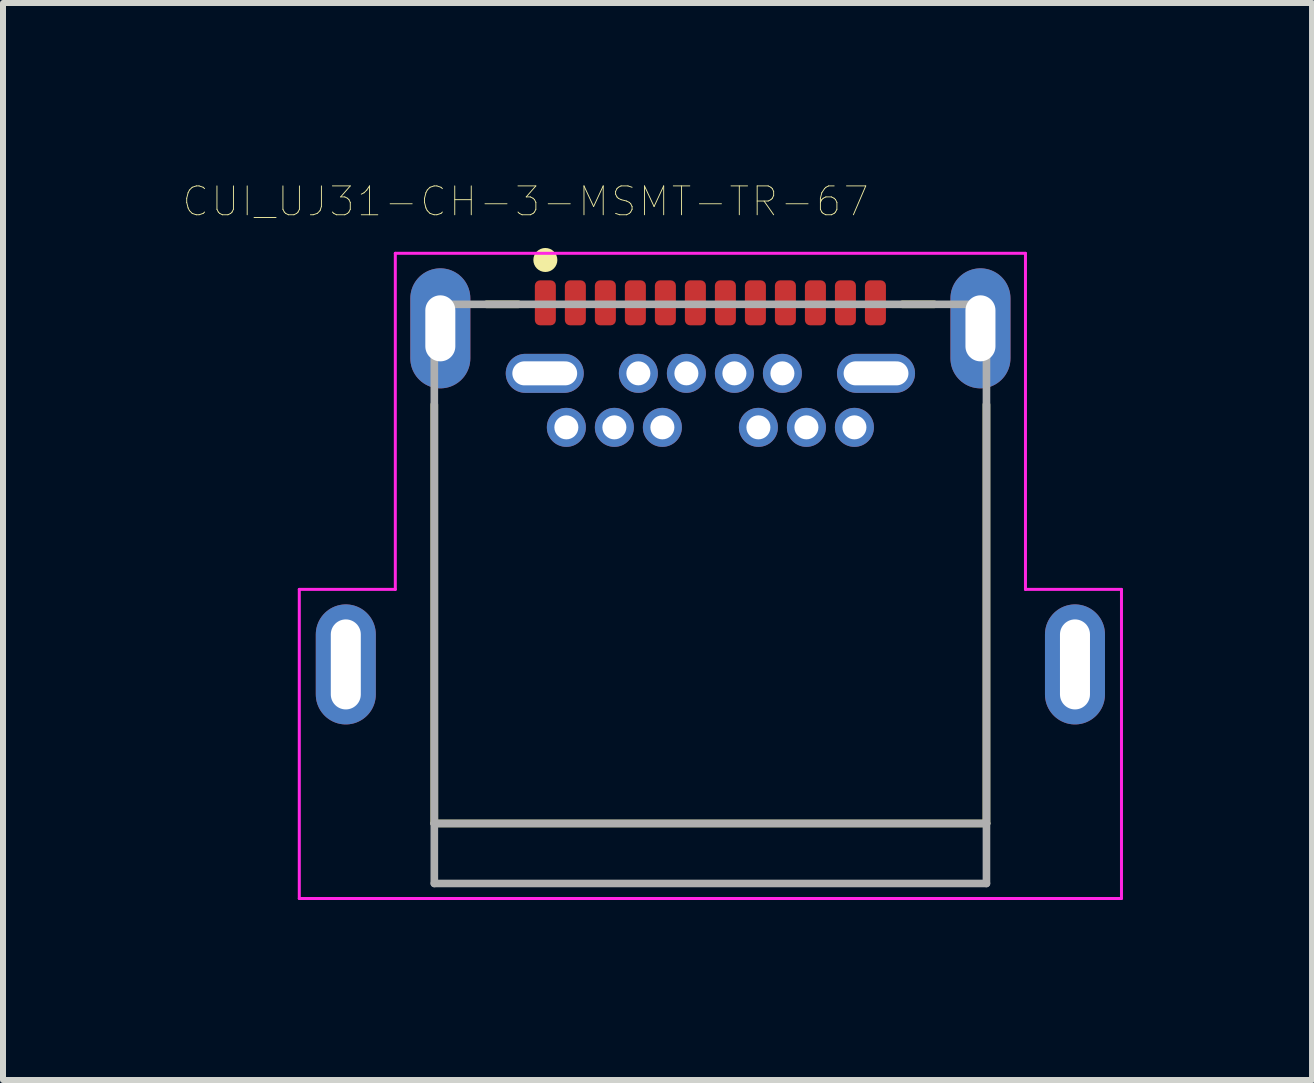
<source format=kicad_pcb>
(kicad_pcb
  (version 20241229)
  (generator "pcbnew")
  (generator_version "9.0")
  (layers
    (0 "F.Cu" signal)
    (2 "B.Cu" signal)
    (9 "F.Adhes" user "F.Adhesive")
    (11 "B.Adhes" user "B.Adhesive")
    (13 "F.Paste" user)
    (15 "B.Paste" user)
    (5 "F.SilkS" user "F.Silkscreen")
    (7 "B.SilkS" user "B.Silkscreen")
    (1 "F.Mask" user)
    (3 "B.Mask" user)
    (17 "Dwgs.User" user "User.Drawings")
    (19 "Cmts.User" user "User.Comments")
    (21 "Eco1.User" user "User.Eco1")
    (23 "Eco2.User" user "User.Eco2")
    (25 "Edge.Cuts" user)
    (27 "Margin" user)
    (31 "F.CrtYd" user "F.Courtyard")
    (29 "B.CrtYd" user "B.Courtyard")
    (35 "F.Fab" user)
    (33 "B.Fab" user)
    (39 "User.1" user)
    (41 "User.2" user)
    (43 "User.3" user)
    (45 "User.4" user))
  (footprint "CUI_UJ31-CH-3-MSMT-TR-67"
    (layer "F.Cu")
    (at 8.787 8.021)
    (property "Reference" "CUI_UJ31-CH-3-MSMT-TR-67" (at -3.08 -7.714 0) (layer "F.SilkS") (effects (font (size 0.481 0.481) (thickness 0.015))))
    (attr smd)
    (fp_line (start -4.6 -4.33) (end -4.6 2.65) (stroke (width 0.127) (type solid)) (layer "F.SilkS"))
    (fp_line (start -4.6 2.65) (end 4.6 2.65) (stroke (width 0.127) (type solid)) (layer "F.SilkS"))
    (fp_line (start -3.73 -6) (end -3.2 -6) (stroke (width 0.127) (type solid)) (layer "F.SilkS"))
    (fp_line (start 3.2 -6) (end 3.73 -6) (stroke (width 0.127) (type solid)) (layer "F.SilkS"))
    (fp_line (start 4.6 2.65) (end 4.6 -4.33) (stroke (width 0.127) (type solid)) (layer "F.SilkS"))
    (fp_circle (center -2.75 -6.739) (end -2.65 -6.739) (stroke (width 0.2) (type solid)) (fill no) (layer "F.SilkS"))
    (fp_line (start -7 1.25) (end -4.75 1.25) (stroke (width 0.05) (type solid)) (layer "Eco2.User"))
    (fp_line (start -4.75 -3.45) (end 4.75 -3.45) (stroke (width 0.05) (type solid)) (layer "Eco2.User"))
    (fp_line (start -4.75 1.25) (end -4.75 -3.45) (stroke (width 0.05) (type solid)) (layer "Eco2.User"))
    (fp_line (start 4.75 -3.45) (end 4.75 1.25) (stroke (width 0.05) (type solid)) (layer "Eco2.User"))
    (fp_line (start 4.75 1.25) (end 7 1.25) (stroke (width 0.05) (type solid)) (layer "Eco2.User"))
    (fp_line (start -6.85 -1.25) (end -5.25 -1.25) (stroke (width 0.05) (type solid)) (layer "F.CrtYd"))
    (fp_line (start -6.85 3.9) (end -6.85 -1.25) (stroke (width 0.05) (type solid)) (layer "F.CrtYd"))
    (fp_line (start -5.25 -6.85) (end 5.25 -6.85) (stroke (width 0.05) (type solid)) (layer "F.CrtYd"))
    (fp_line (start -5.25 -1.25) (end -5.25 -6.85) (stroke (width 0.05) (type solid)) (layer "F.CrtYd"))
    (fp_line (start 5.25 -6.85) (end 5.25 -1.25) (stroke (width 0.05) (type solid)) (layer "F.CrtYd"))
    (fp_line (start 5.25 -1.25) (end 6.85 -1.25) (stroke (width 0.05) (type solid)) (layer "F.CrtYd"))
    (fp_line (start 6.85 -1.25) (end 6.85 3.9) (stroke (width 0.05) (type solid)) (layer "F.CrtYd"))
    (fp_line (start 6.85 3.9) (end -6.85 3.9) (stroke (width 0.05) (type solid)) (layer "F.CrtYd"))
    (fp_line (start -4.6 -6) (end 4.6 -6) (stroke (width 0.127) (type solid)) (layer "F.Fab"))
    (fp_line (start -4.6 2.65) (end -4.6 -6) (stroke (width 0.127) (type solid)) (layer "F.Fab"))
    (fp_line (start -4.6 2.65) (end 4.6 2.65) (stroke (width 0.127) (type solid)) (layer "F.Fab"))
    (fp_line (start -4.6 3.65) (end -4.6 2.65) (stroke (width 0.127) (type solid)) (layer "F.Fab"))
    (fp_line (start 4.6 -6) (end 4.6 2.65) (stroke (width 0.127) (type solid)) (layer "F.Fab"))
    (fp_line (start 4.6 2.65) (end 4.6 3.65) (stroke (width 0.127) (type solid)) (layer "F.Fab"))
    (fp_line (start 4.6 3.65) (end -4.6 3.65) (stroke (width 0.127) (type solid)) (layer "F.Fab"))
    (pad "A1" smd roundrect (at -2.75 -6.025) (size 0.35 0.75) (layers "F.Cu" "F.Mask" "F.Paste") (roundrect_rratio 0.25))
    (pad "A2" smd roundrect (at -2.25 -6.025) (size 0.35 0.75) (layers "F.Cu" "F.Mask" "F.Paste") (roundrect_rratio 0.25))
    (pad "A3" smd roundrect (at -1.75 -6.025) (size 0.35 0.75) (layers "F.Cu" "F.Mask" "F.Paste") (roundrect_rratio 0.25))
    (pad "A4" smd roundrect (at -1.25 -6.025) (size 0.35 0.75) (layers "F.Cu" "F.Mask" "F.Paste") (roundrect_rratio 0.25))
    (pad "A5" smd roundrect (at -0.75 -6.025) (size 0.35 0.75) (layers "F.Cu" "F.Mask" "F.Paste") (roundrect_rratio 0.25))
    (pad "A6" smd roundrect (at -0.25 -6.025) (size 0.35 0.75) (layers "F.Cu" "F.Mask" "F.Paste") (roundrect_rratio 0.25))
    (pad "A7" smd roundrect (at 0.25 -6.025) (size 0.35 0.75) (layers "F.Cu" "F.Mask" "F.Paste") (roundrect_rratio 0.25))
    (pad "A8" smd roundrect (at 0.75 -6.025) (size 0.35 0.75) (layers "F.Cu" "F.Mask" "F.Paste") (roundrect_rratio 0.25))
    (pad "A9" smd roundrect (at 1.25 -6.025) (size 0.35 0.75) (layers "F.Cu" "F.Mask" "F.Paste") (roundrect_rratio 0.25))
    (pad "A10" smd roundrect (at 1.75 -6.025) (size 0.35 0.75) (layers "F.Cu" "F.Mask" "F.Paste") (roundrect_rratio 0.25))
    (pad "A11" smd roundrect (at 2.25 -6.025) (size 0.35 0.75) (layers "F.Cu" "F.Mask" "F.Paste") (roundrect_rratio 0.25))
    (pad "A12" smd roundrect (at 2.75 -6.025) (size 0.35 0.75) (layers "F.Cu" "F.Mask" "F.Paste") (roundrect_rratio 0.25))
    (pad "B1" thru_hole oval (at 2.76 -4.85) (size 1.3 0.65) (drill oval 1.08 0.4) (layers "*.Cu" "*.Mask"))
    (pad "B2" thru_hole circle (at 2.4 -3.95) (size 0.65 0.65) (drill 0.4) (layers "*.Cu" "*.Mask"))
    (pad "B3" thru_hole circle (at 1.6 -3.95) (size 0.65 0.65) (drill 0.4) (layers "*.Cu" "*.Mask"))
    (pad "B4" thru_hole circle (at 1.2 -4.85) (size 0.65 0.65) (drill 0.4) (layers "*.Cu" "*.Mask"))
    (pad "B5" thru_hole circle (at 0.8 -3.95) (size 0.65 0.65) (drill 0.4) (layers "*.Cu" "*.Mask"))
    (pad "B6" thru_hole circle (at 0.4 -4.85) (size 0.65 0.65) (drill 0.4) (layers "*.Cu" "*.Mask"))
    (pad "B7" thru_hole circle (at -0.4 -4.85) (size 0.65 0.65) (drill 0.4) (layers "*.Cu" "*.Mask"))
    (pad "B8" thru_hole circle (at -0.8 -3.95) (size 0.65 0.65) (drill 0.4) (layers "*.Cu" "*.Mask"))
    (pad "B9" thru_hole circle (at -1.2 -4.85) (size 0.65 0.65) (drill 0.4) (layers "*.Cu" "*.Mask"))
    (pad "B10" thru_hole circle (at -1.6 -3.95) (size 0.65 0.65) (drill 0.4) (layers "*.Cu" "*.Mask"))
    (pad "B11" thru_hole circle (at -2.4 -3.95) (size 0.65 0.65) (drill 0.4) (layers "*.Cu" "*.Mask"))
    (pad "B12" thru_hole oval (at -2.76 -4.85) (size 1.3 0.65) (drill oval 1.08 0.4) (layers "*.Cu" "*.Mask"))
    (pad "S1" thru_hole oval (at -4.5 -5.6) (size 1 2) (drill oval 0.5 1.1) (layers "*.Cu" "*.Mask"))
    (pad "S2" thru_hole oval (at 4.5 -5.6) (size 1 2) (drill oval 0.5 1.1) (layers "*.Cu" "*.Mask"))
    (pad "S3" thru_hole oval (at -6.075 0) (size 1 2) (drill oval 0.5 1.5) (layers "*.Cu" "*.Mask"))
    (pad "S4" thru_hole oval (at 6.075 0) (size 1 2) (drill oval 0.5 1.5) (layers "*.Cu" "*.Mask")))
  (gr_rect
    (start -3 -3)
    (end 18.812 14.946)
    (stroke (width 0.1) (type default))
    (fill no)
    (layer "Edge.Cuts")))
</source>
